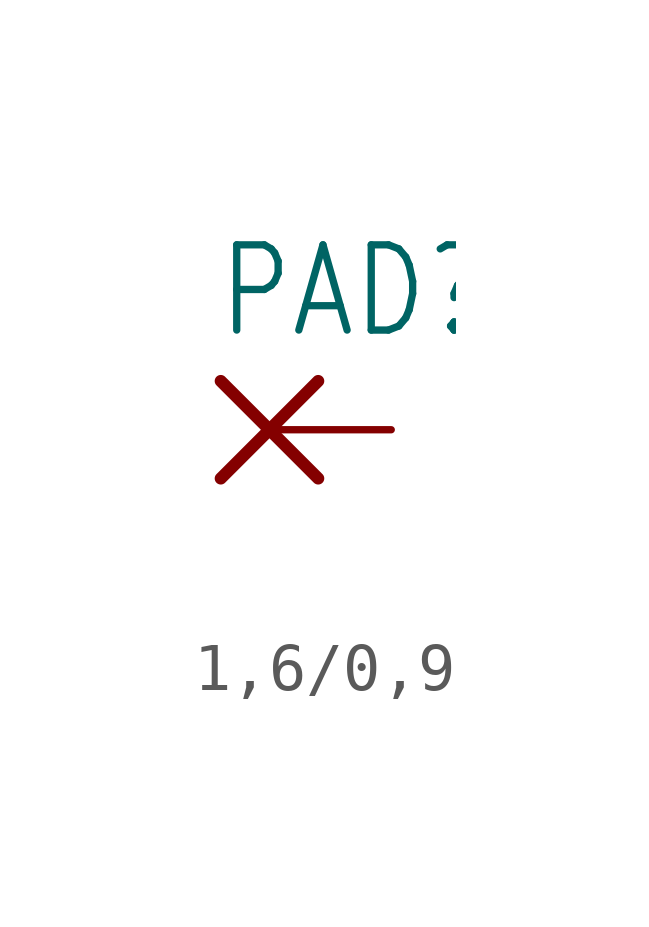
<source format=kicad_sym>
(kicad_symbol_lib
  (version 20231120)
  (generator "kicad_symbol_editor")
  (generator_version "8.0")
  (symbol "1,6/0,9"
    (property "Reference" "PAD"
      (at -1.143 1.854 0)
      (effects (font (size 1.778 1.511)) (justify left bottom)))
    (property "Value" ""
      (at -1.143 -3.302 0)
      (effects (font (size 1.778 1.511)) (justify left bottom)))
    (property "ki_locked" ""
      (at 0 0 0)
      (effects (font (size 1.27 1.27))))
    (symbol "1,6/0,9_1_0"
      (polyline (pts (xy -1.016 -1.016) (xy 1.016 1.016)) (stroke (width 0.254) (type solid)) (fill (type none)))
      (polyline (pts (xy -1.016 1.016) (xy 1.016 -1.016)) (stroke (width 0.254) (type solid)) (fill (type none)))
      (pin passive line (at 2.54 0 180) (length 2.54) (name "P" (effects (font (size 0 0)))) (number "1" (effects (font (size 0 0))))))))
</source>
